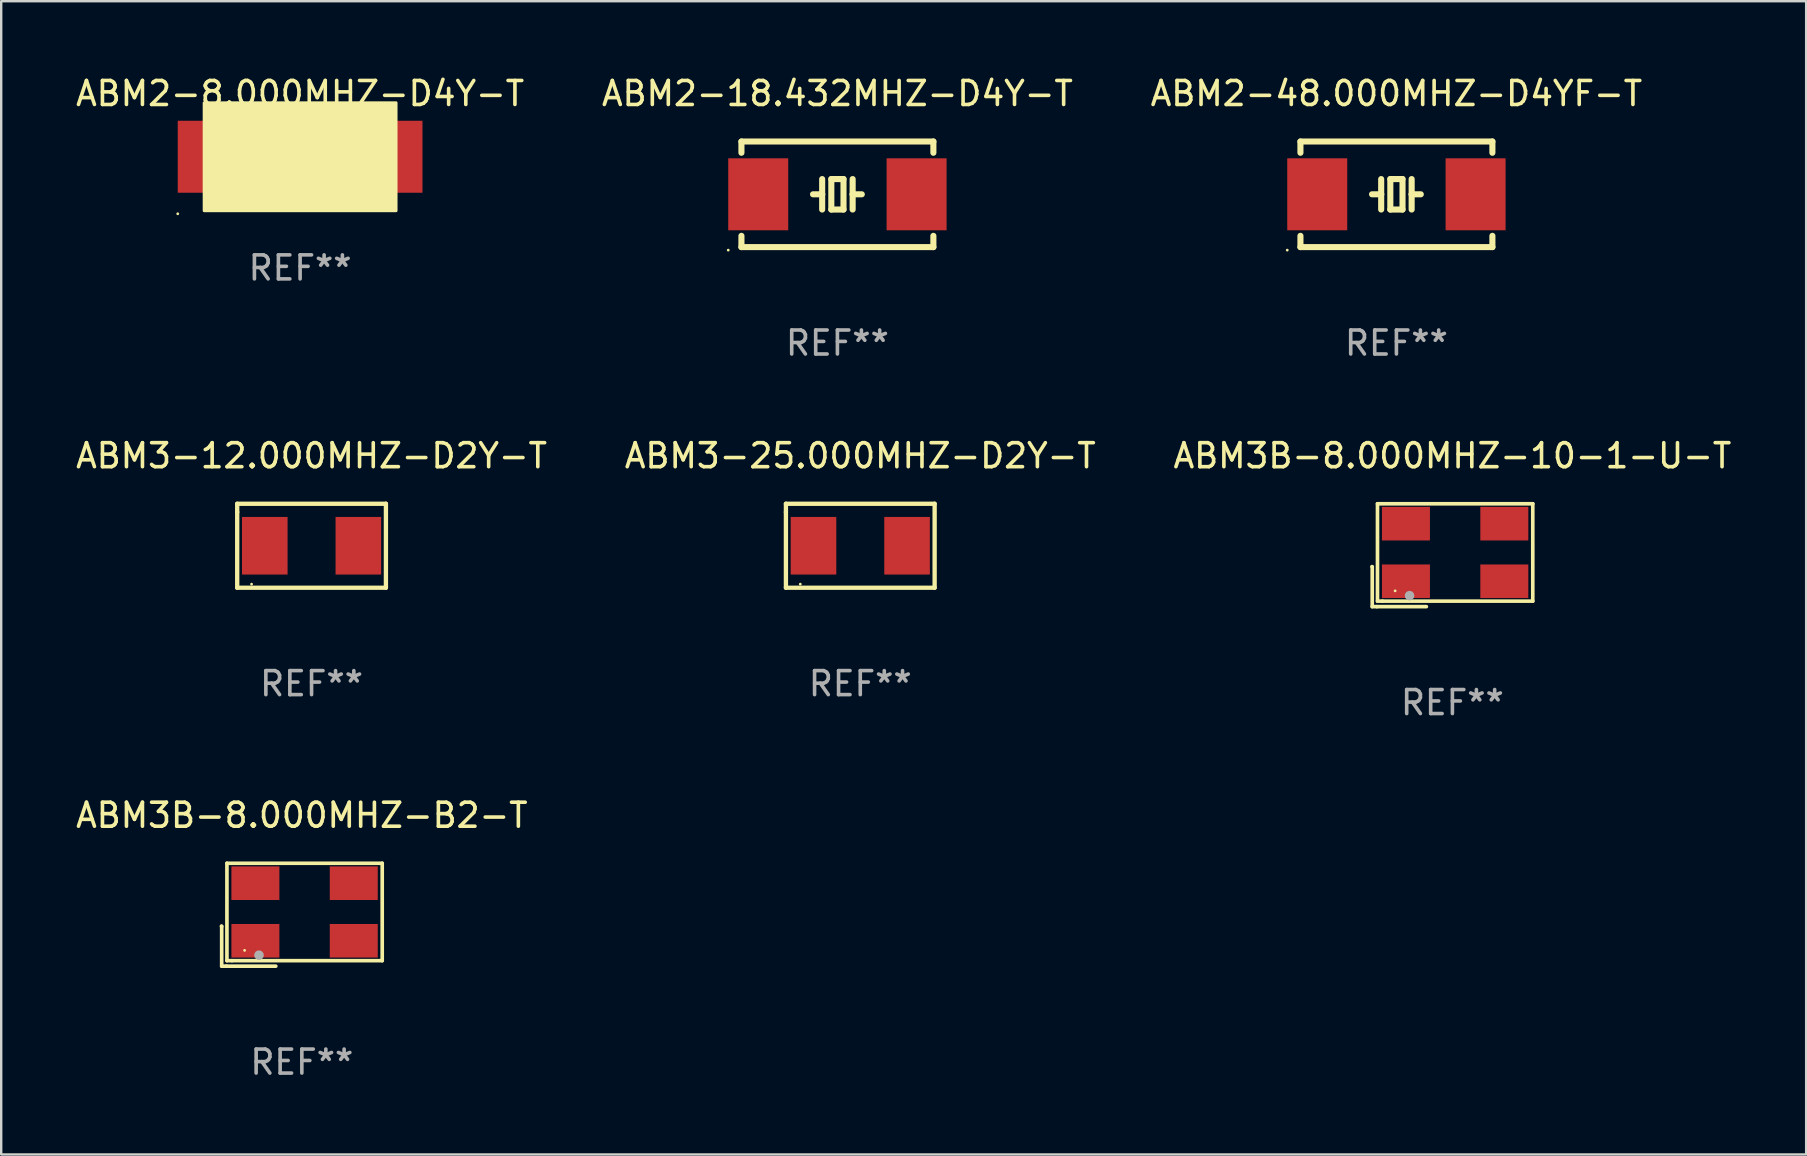
<source format=kicad_pcb>
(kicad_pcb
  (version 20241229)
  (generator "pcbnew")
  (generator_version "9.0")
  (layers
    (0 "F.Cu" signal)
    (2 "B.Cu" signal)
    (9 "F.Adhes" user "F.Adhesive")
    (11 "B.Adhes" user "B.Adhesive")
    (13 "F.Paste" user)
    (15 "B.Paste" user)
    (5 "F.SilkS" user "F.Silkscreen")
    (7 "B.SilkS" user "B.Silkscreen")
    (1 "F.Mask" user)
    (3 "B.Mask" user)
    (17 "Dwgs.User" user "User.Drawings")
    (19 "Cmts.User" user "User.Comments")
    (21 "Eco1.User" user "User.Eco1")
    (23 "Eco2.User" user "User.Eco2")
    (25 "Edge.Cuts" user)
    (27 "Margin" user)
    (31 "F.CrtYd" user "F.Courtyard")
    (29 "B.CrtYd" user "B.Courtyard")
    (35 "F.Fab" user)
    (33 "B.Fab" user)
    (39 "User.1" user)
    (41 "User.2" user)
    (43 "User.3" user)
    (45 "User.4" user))
  (footprint "ABM3-25.000MHZ-D2Y-T"
    (layer "F.Cu")
    (at 32.804 19.695)
    (property "Reference" "ABM3-25.000MHZ-D2Y-T" (at 0 -3.75 0) (layer "F.SilkS") (effects (font (size 1 1) (thickness 0.15))))
    (attr through_hole)
    (fp_line (start -3.099 -1.75) (end 3.099 -1.75) (stroke (width 0.18) (type solid)) (layer "F.SilkS"))
    (fp_line (start -3.099 -1.4) (end -3.099 -1.75) (stroke (width 0.18) (type solid)) (layer "F.SilkS"))
    (fp_line (start -3.099 1.75) (end -3.099 -1.4) (stroke (width 0.18) (type solid)) (layer "F.SilkS"))
    (fp_line (start 3.099 -1.75) (end 3.099 1.75) (stroke (width 0.18) (type solid)) (layer "F.SilkS"))
    (fp_line (start 3.099 1.75) (end -3.099 1.75) (stroke (width 0.18) (type solid)) (layer "F.SilkS"))
    (fp_circle (center -2.5 1.6) (end -2.47 1.6) (stroke (width 0.06) (type solid)) (fill no) (layer "F.SilkS"))
    (fp_text user "REF**" (at 0 5.75 0) (layer "F.Fab") (effects (font (size 1 1) (thickness 0.15))))
    (pad "1" smd rect (at -1.95 0) (size 1.9 2.4) (layers "F.Cu" "F.Mask" "F.Paste"))
    (pad "2" smd rect (at 1.95 0) (size 1.9 2.4) (layers "F.Cu" "F.Mask" "F.Paste")))
  (footprint "ABM3-12.000MHZ-D2Y-T"
    (layer "F.Cu")
    (at 9.935 19.695)
    (property "Reference" "ABM3-12.000MHZ-D2Y-T" (at 0 -3.75 0) (layer "F.SilkS") (effects (font (size 1 1) (thickness 0.15))))
    (attr through_hole)
    (fp_line (start -3.099 -1.75) (end 3.099 -1.75) (stroke (width 0.18) (type solid)) (layer "F.SilkS"))
    (fp_line (start -3.099 -1.4) (end -3.099 -1.75) (stroke (width 0.18) (type solid)) (layer "F.SilkS"))
    (fp_line (start -3.099 1.75) (end -3.099 -1.4) (stroke (width 0.18) (type solid)) (layer "F.SilkS"))
    (fp_line (start 3.099 -1.75) (end 3.099 1.75) (stroke (width 0.18) (type solid)) (layer "F.SilkS"))
    (fp_line (start 3.099 1.75) (end -3.099 1.75) (stroke (width 0.18) (type solid)) (layer "F.SilkS"))
    (fp_circle (center -2.5 1.6) (end -2.47 1.6) (stroke (width 0.06) (type solid)) (fill no) (layer "F.SilkS"))
    (fp_text user "REF**" (at 0 5.75 0) (layer "F.Fab") (effects (font (size 1 1) (thickness 0.15))))
    (pad "1" smd rect (at -1.95 0) (size 1.9 2.4) (layers "F.Cu" "F.Mask" "F.Paste"))
    (pad "2" smd rect (at 1.95 0) (size 1.9 2.4) (layers "F.Cu" "F.Mask" "F.Paste")))
  (footprint "ABM2-8.000MHZ-D4Y-T"
    (layer "F.Cu")
    (at 9.458 3.483)
    (property "Reference" "ABM2-8.000MHZ-D4Y-T" (at 0 -2.635 0) (layer "F.SilkS") (effects (font (size 1 1) (thickness 0.15))))
    (attr through_hole)
    (fp_line (start -0.635 -0.635) (end -0.635 0) (stroke (width 0.254) (type solid)) (layer "F.SilkS"))
    (fp_line (start -0.635 0) (end -1.016 0) (stroke (width 0.254) (type solid)) (layer "F.SilkS"))
    (fp_line (start -0.635 0) (end -0.635 0.635) (stroke (width 0.254) (type solid)) (layer "F.SilkS"))
    (fp_line (start -0.254 -0.635) (end -0.254 0.635) (stroke (width 0.254) (type solid)) (layer "F.SilkS"))
    (fp_line (start -0.254 0.635) (end 0.254 0.635) (stroke (width 0.254) (type solid)) (layer "F.SilkS"))
    (fp_line (start 0.254 -0.635) (end -0.254 -0.635) (stroke (width 0.254) (type solid)) (layer "F.SilkS"))
    (fp_line (start 0.254 0.635) (end 0.254 -0.635) (stroke (width 0.254) (type solid)) (layer "F.SilkS"))
    (fp_line (start 0.635 -0.635) (end 0.635 0) (stroke (width 0.254) (type solid)) (layer "F.SilkS"))
    (fp_line (start 0.635 0) (end 0.635 0.635) (stroke (width 0.254) (type solid)) (layer "F.SilkS"))
    (fp_line (start 0.635 0) (end 1.016 0) (stroke (width 0.254) (type solid)) (layer "F.SilkS"))
    (fp_circle (center -5.1 2.377) (end -5.07 2.377) (stroke (width 0.06) (type solid)) (fill no) (layer "F.SilkS"))
    (fp_poly (pts (xy -4 -2.25) (xy 4 -2.25) (xy 4 2.25) (xy -4 2.25)) (stroke (width 0.12) (type solid)) (fill yes) (layer "F.SilkS"))
    (fp_text user "REF**" (at 0 4.635 0) (layer "F.Fab") (effects (font (size 1 1) (thickness 0.15))))
    (pad "1" smd rect (at -3.6 0) (size 3 3) (layers "F.Cu" "F.Mask" "F.Paste"))
    (pad "2" smd rect (at 3.6 0) (size 3 3) (layers "F.Cu" "F.Mask" "F.Paste")))
  (footprint "ABM3B-8.000MHZ-B2-T"
    (layer "F.Cu")
    (at 9.53 35.073)
    (property "Reference" "ABM3B-8.000MHZ-B2-T" (at 0 -4.144 0) (layer "F.SilkS") (effects (font (size 1 1) (thickness 0.15))))
    (attr through_hole)
    (fp_line (start -3.35 0.476) (end -3.341 0.485) (stroke (width 0.152) (type solid)) (layer "F.SilkS"))
    (fp_line (start -3.341 0.485) (end -3.341 2.144) (stroke (width 0.152) (type solid)) (layer "F.SilkS"))
    (fp_line (start -3.341 2.144) (end -3.143 2.144) (stroke (width 0.152) (type solid)) (layer "F.SilkS"))
    (fp_line (start -3.143 2.144) (end -1.085 2.144) (stroke (width 0.152) (type solid)) (layer "F.SilkS"))
    (fp_line (start -3.122 -2.144) (end 3.35 -2.144) (stroke (width 0.152) (type solid)) (layer "F.SilkS"))
    (fp_line (start -3.122 1.915) (end -3.122 -2.144) (stroke (width 0.152) (type solid)) (layer "F.SilkS"))
    (fp_line (start -2.914 1.915) (end -3.122 1.915) (stroke (width 0.152) (type solid)) (layer "F.SilkS"))
    (fp_line (start 3.35 -2.144) (end 3.35 1.915) (stroke (width 0.152) (type solid)) (layer "F.SilkS"))
    (fp_line (start 3.35 1.915) (end -2.914 1.915) (stroke (width 0.152) (type solid)) (layer "F.SilkS"))
    (fp_circle (center -2.386 1.486) (end -2.356 1.486) (stroke (width 0.06) (type solid)) (fill no) (layer "F.SilkS"))
    (fp_circle (center -1.786 1.686) (end -1.686 1.686) (stroke (width 0.2) (type solid)) (fill no) (layer "F.Fab"))
    (fp_text user "REF**" (at 0 6.144 0) (layer "F.Fab") (effects (font (size 1 1) (thickness 0.15))))
    (pad "1" smd rect (at -1.936 1.086) (size 2 1.4) (layers "F.Cu" "F.Mask" "F.Paste"))
    (pad "2" smd rect (at 2.164 1.086) (size 2 1.4) (layers "F.Cu" "F.Mask" "F.Paste"))
    (pad "3" smd rect (at 2.164 -1.314) (size 2 1.4) (layers "F.Cu" "F.Mask" "F.Paste"))
    (pad "4" smd rect (at -1.936 -1.314) (size 2 1.4) (layers "F.Cu" "F.Mask" "F.Paste")))
  (footprint "ABM3B-8.000MHZ-10-1-U-T"
    (layer "F.Cu")
    (at 57.482 20.089)
    (property "Reference" "ABM3B-8.000MHZ-10-1-U-T" (at 0 -4.144 0) (layer "F.SilkS") (effects (font (size 1 1) (thickness 0.15))))
    (attr through_hole)
    (fp_line (start -3.35 0.476) (end -3.341 0.485) (stroke (width 0.152) (type solid)) (layer "F.SilkS"))
    (fp_line (start -3.341 0.485) (end -3.341 2.144) (stroke (width 0.152) (type solid)) (layer "F.SilkS"))
    (fp_line (start -3.341 2.144) (end -3.143 2.144) (stroke (width 0.152) (type solid)) (layer "F.SilkS"))
    (fp_line (start -3.143 2.144) (end -1.085 2.144) (stroke (width 0.152) (type solid)) (layer "F.SilkS"))
    (fp_line (start -3.122 -2.144) (end 3.35 -2.144) (stroke (width 0.152) (type solid)) (layer "F.SilkS"))
    (fp_line (start -3.122 1.915) (end -3.122 -2.144) (stroke (width 0.152) (type solid)) (layer "F.SilkS"))
    (fp_line (start -2.914 1.915) (end -3.122 1.915) (stroke (width 0.152) (type solid)) (layer "F.SilkS"))
    (fp_line (start 3.35 -2.144) (end 3.35 1.915) (stroke (width 0.152) (type solid)) (layer "F.SilkS"))
    (fp_line (start 3.35 1.915) (end -2.914 1.915) (stroke (width 0.152) (type solid)) (layer "F.SilkS"))
    (fp_circle (center -2.386 1.486) (end -2.356 1.486) (stroke (width 0.06) (type solid)) (fill no) (layer "F.SilkS"))
    (fp_circle (center -1.786 1.686) (end -1.686 1.686) (stroke (width 0.2) (type solid)) (fill no) (layer "F.Fab"))
    (fp_text user "REF**" (at 0 6.144 0) (layer "F.Fab") (effects (font (size 1 1) (thickness 0.15))))
    (pad "1" smd rect (at -1.936 1.086) (size 2 1.4) (layers "F.Cu" "F.Mask" "F.Paste"))
    (pad "2" smd rect (at 2.164 1.086) (size 2 1.4) (layers "F.Cu" "F.Mask" "F.Paste"))
    (pad "3" smd rect (at 2.164 -1.314) (size 2 1.4) (layers "F.Cu" "F.Mask" "F.Paste"))
    (pad "4" smd rect (at -1.936 -1.314) (size 2 1.4) (layers "F.Cu" "F.Mask" "F.Paste")))
  (footprint "ABM2-48.000MHZ-D4YF-T"
    (layer "F.Cu")
    (at 55.149 5.048)
    (property "Reference" "ABM2-48.000MHZ-D4YF-T" (at 0 -4.2 0) (layer "F.SilkS") (effects (font (size 1 1) (thickness 0.15))))
    (attr through_hole)
    (fp_line (start -4 -2.2) (end 4 -2.2) (stroke (width 0.254) (type solid)) (layer "F.SilkS"))
    (fp_line (start -4 -1.731) (end -4 -2.2) (stroke (width 0.254) (type solid)) (layer "F.SilkS"))
    (fp_line (start -4 2.2) (end -4 1.731) (stroke (width 0.254) (type solid)) (layer "F.SilkS"))
    (fp_line (start -0.635 -0.635) (end -0.635 0) (stroke (width 0.254) (type solid)) (layer "F.SilkS"))
    (fp_line (start -0.635 0) (end -1.016 0) (stroke (width 0.254) (type solid)) (layer "F.SilkS"))
    (fp_line (start -0.635 0) (end -0.635 0.635) (stroke (width 0.254) (type solid)) (layer "F.SilkS"))
    (fp_line (start -0.254 -0.635) (end -0.254 0.635) (stroke (width 0.254) (type solid)) (layer "F.SilkS"))
    (fp_line (start -0.254 0.635) (end 0.254 0.635) (stroke (width 0.254) (type solid)) (layer "F.SilkS"))
    (fp_line (start 0.254 -0.635) (end -0.254 -0.635) (stroke (width 0.254) (type solid)) (layer "F.SilkS"))
    (fp_line (start 0.254 0.635) (end 0.254 -0.635) (stroke (width 0.254) (type solid)) (layer "F.SilkS"))
    (fp_line (start 0.635 -0.635) (end 0.635 0) (stroke (width 0.254) (type solid)) (layer "F.SilkS"))
    (fp_line (start 0.635 0) (end 0.635 0.635) (stroke (width 0.254) (type solid)) (layer "F.SilkS"))
    (fp_line (start 0.635 0) (end 1.016 0) (stroke (width 0.254) (type solid)) (layer "F.SilkS"))
    (fp_line (start 4 -2.2) (end 4 -1.731) (stroke (width 0.254) (type solid)) (layer "F.SilkS"))
    (fp_line (start 4 1.731) (end 4 2.2) (stroke (width 0.254) (type solid)) (layer "F.SilkS"))
    (fp_line (start 4 2.2) (end -4 2.2) (stroke (width 0.254) (type solid)) (layer "F.SilkS"))
    (fp_circle (center -4.55 2.327) (end -4.52 2.327) (stroke (width 0.06) (type solid)) (fill no) (layer "F.SilkS"))
    (fp_text user "REF**" (at 0 6.2 0) (layer "F.Fab") (effects (font (size 1 1) (thickness 0.15))))
    (pad "1" smd rect (at -3.3 0) (size 2.5 3) (layers "F.Cu" "F.Mask" "F.Paste"))
    (pad "2" smd rect (at 3.3 0) (size 2.5 3) (layers "F.Cu" "F.Mask" "F.Paste")))
  (footprint "ABM2-18.432MHZ-D4Y-T"
    (layer "F.Cu")
    (at 31.851 5.048)
    (property "Reference" "ABM2-18.432MHZ-D4Y-T" (at 0 -4.2 0) (layer "F.SilkS") (effects (font (size 1 1) (thickness 0.15))))
    (attr through_hole)
    (fp_line (start -4 -2.2) (end 4 -2.2) (stroke (width 0.254) (type solid)) (layer "F.SilkS"))
    (fp_line (start -4 -1.731) (end -4 -2.2) (stroke (width 0.254) (type solid)) (layer "F.SilkS"))
    (fp_line (start -4 2.2) (end -4 1.731) (stroke (width 0.254) (type solid)) (layer "F.SilkS"))
    (fp_line (start -0.635 -0.635) (end -0.635 0) (stroke (width 0.254) (type solid)) (layer "F.SilkS"))
    (fp_line (start -0.635 0) (end -1.016 0) (stroke (width 0.254) (type solid)) (layer "F.SilkS"))
    (fp_line (start -0.635 0) (end -0.635 0.635) (stroke (width 0.254) (type solid)) (layer "F.SilkS"))
    (fp_line (start -0.254 -0.635) (end -0.254 0.635) (stroke (width 0.254) (type solid)) (layer "F.SilkS"))
    (fp_line (start -0.254 0.635) (end 0.254 0.635) (stroke (width 0.254) (type solid)) (layer "F.SilkS"))
    (fp_line (start 0.254 -0.635) (end -0.254 -0.635) (stroke (width 0.254) (type solid)) (layer "F.SilkS"))
    (fp_line (start 0.254 0.635) (end 0.254 -0.635) (stroke (width 0.254) (type solid)) (layer "F.SilkS"))
    (fp_line (start 0.635 -0.635) (end 0.635 0) (stroke (width 0.254) (type solid)) (layer "F.SilkS"))
    (fp_line (start 0.635 0) (end 0.635 0.635) (stroke (width 0.254) (type solid)) (layer "F.SilkS"))
    (fp_line (start 0.635 0) (end 1.016 0) (stroke (width 0.254) (type solid)) (layer "F.SilkS"))
    (fp_line (start 4 -2.2) (end 4 -1.731) (stroke (width 0.254) (type solid)) (layer "F.SilkS"))
    (fp_line (start 4 1.731) (end 4 2.2) (stroke (width 0.254) (type solid)) (layer "F.SilkS"))
    (fp_line (start 4 2.2) (end -4 2.2) (stroke (width 0.254) (type solid)) (layer "F.SilkS"))
    (fp_circle (center -4.55 2.327) (end -4.52 2.327) (stroke (width 0.06) (type solid)) (fill no) (layer "F.SilkS"))
    (fp_text user "REF**" (at 0 6.2 0) (layer "F.Fab") (effects (font (size 1 1) (thickness 0.15))))
    (pad "1" smd rect (at -3.3 0) (size 2.5 3) (layers "F.Cu" "F.Mask" "F.Paste"))
    (pad "2" smd rect (at 3.3 0) (size 2.5 3) (layers "F.Cu" "F.Mask" "F.Paste")))
  (gr_rect
    (start -3 -3)
    (end 72.226 45.065)
    (stroke (width 0.1) (type default))
    (fill no)
    (layer "Edge.Cuts")))
</source>
